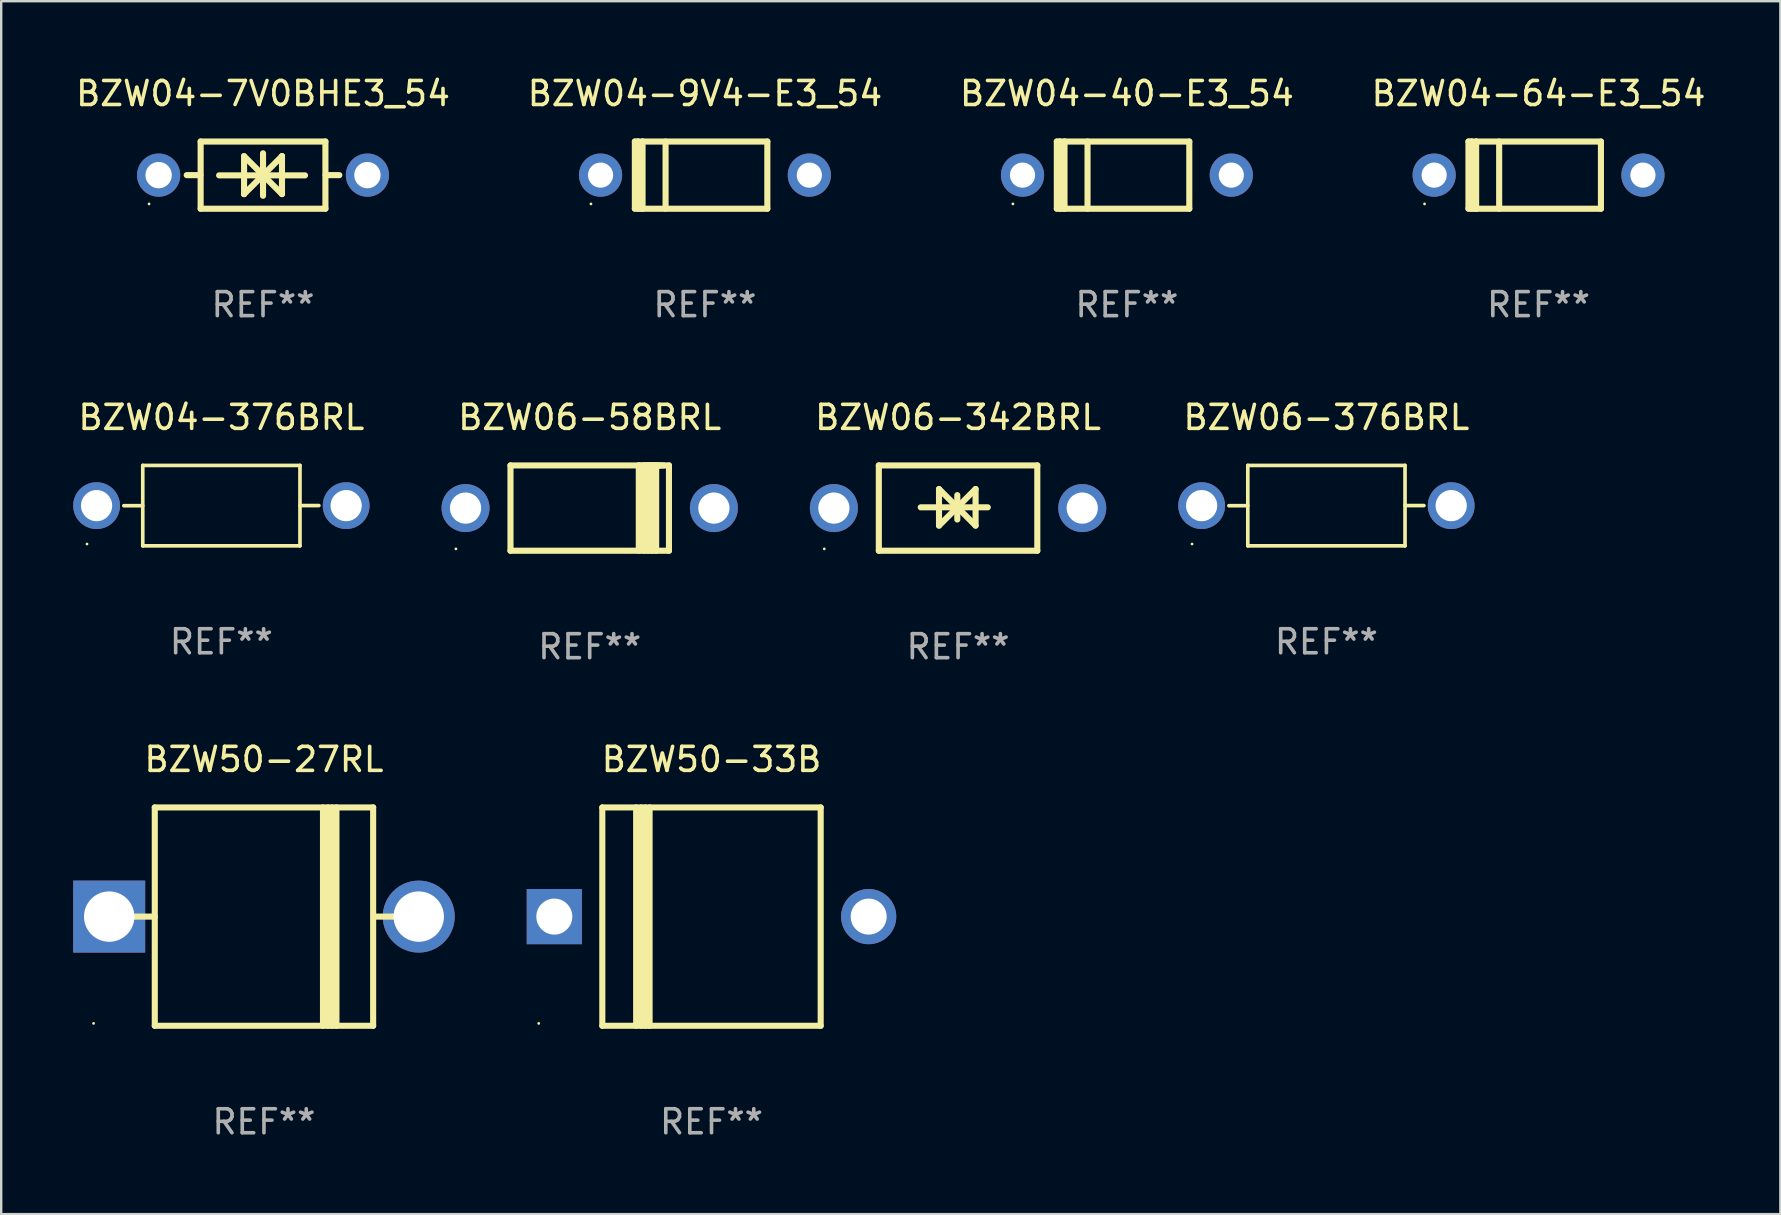
<source format=kicad_pcb>
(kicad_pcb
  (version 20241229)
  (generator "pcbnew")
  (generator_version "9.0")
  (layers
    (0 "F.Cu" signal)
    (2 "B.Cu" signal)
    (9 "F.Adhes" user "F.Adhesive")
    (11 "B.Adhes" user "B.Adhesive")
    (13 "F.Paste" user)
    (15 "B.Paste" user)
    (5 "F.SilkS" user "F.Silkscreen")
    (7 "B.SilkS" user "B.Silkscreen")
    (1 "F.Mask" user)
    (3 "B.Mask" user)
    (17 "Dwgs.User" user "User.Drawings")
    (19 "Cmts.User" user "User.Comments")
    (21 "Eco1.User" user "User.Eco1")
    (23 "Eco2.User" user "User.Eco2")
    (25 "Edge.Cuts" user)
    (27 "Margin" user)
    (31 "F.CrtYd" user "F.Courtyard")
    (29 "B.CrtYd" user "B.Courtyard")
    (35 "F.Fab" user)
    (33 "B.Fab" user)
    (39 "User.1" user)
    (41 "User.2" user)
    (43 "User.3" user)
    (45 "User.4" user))
  (footprint "BZW06-58BRL"
    (layer "F.Cu")
    (at 21.525 18.123)
    (property "Reference" "BZW06-58BRL" (at 0 -3.778 0) (layer "F.SilkS") (effects (font (size 1 1) (thickness 0.15))))
    (attr through_hole)
    (fp_line (start -3.302 -1.778) (end -3.302 1.778) (stroke (width 0.254) (type solid)) (layer "F.SilkS"))
    (fp_line (start -3.302 1.778) (end 3.302 1.778) (stroke (width 0.254) (type solid)) (layer "F.SilkS"))
    (fp_line (start 2.045 -1.778) (end 2.045 1.778) (stroke (width 0.254) (type solid)) (layer "F.SilkS"))
    (fp_line (start 2.261 -1.778) (end 2.261 1.778) (stroke (width 0.254) (type solid)) (layer "F.SilkS"))
    (fp_line (start 2.421 -1.778) (end 2.045 -1.778) (stroke (width 0.254) (type solid)) (layer "F.SilkS"))
    (fp_line (start 2.439 -1.778) (end 2.439 1.778) (stroke (width 0.254) (type solid)) (layer "F.SilkS"))
    (fp_line (start 2.579 -1.778) (end 2.261 -1.778) (stroke (width 0.254) (type solid)) (layer "F.SilkS"))
    (fp_line (start 2.604 -1.778) (end 2.604 1.778) (stroke (width 0.254) (type solid)) (layer "F.SilkS"))
    (fp_line (start 2.757 -1.778) (end 2.439 -1.778) (stroke (width 0.254) (type solid)) (layer "F.SilkS"))
    (fp_line (start 2.769 -1.778) (end 2.769 1.778) (stroke (width 0.254) (type solid)) (layer "F.SilkS"))
    (fp_line (start 2.922 -1.778) (end 2.604 -1.778) (stroke (width 0.254) (type solid)) (layer "F.SilkS"))
    (fp_line (start 3.087 -1.778) (end 2.769 -1.778) (stroke (width 0.254) (type solid)) (layer "F.SilkS"))
    (fp_line (start 3.302 -1.778) (end -3.302 -1.778) (stroke (width 0.254) (type solid)) (layer "F.SilkS"))
    (fp_line (start 3.302 1.778) (end 3.302 -1.778) (stroke (width 0.254) (type solid)) (layer "F.SilkS"))
    (fp_circle (center -5.576 1.7) (end -5.546 1.7) (stroke (width 0.06) (type solid)) (fill no) (layer "F.SilkS"))
    (fp_text user "REF**" (at 0 5.778 0) (layer "F.Fab") (effects (font (size 1 1) (thickness 0.15))))
    (pad "1" thru_hole circle (at -5.175 0) (size 2 2) (drill 1.3) (layers "*.Cu" "*.Mask"))
    (pad "2" thru_hole circle (at 5.175 0) (size 2 2) (drill 1.3) (layers "*.Cu" "*.Mask")))
  (footprint "BZW04-40-E3_54"
    (layer "F.Cu")
    (at 43.911 4.248)
    (property "Reference" "BZW04-40-E3_54" (at 0 -3.4 0) (layer "F.SilkS") (effects (font (size 1 1) (thickness 0.15))))
    (attr through_hole)
    (fp_line (start -2.921 1.397) (end -2.921 -1.4) (stroke (width 0.254) (type solid)) (layer "F.SilkS"))
    (fp_line (start -2.794 -1.4) (end -2.921 -1.4) (stroke (width 0.254) (type solid)) (layer "F.SilkS"))
    (fp_line (start -2.794 -1.4) (end -2.794 1.397) (stroke (width 0.254) (type solid)) (layer "F.SilkS"))
    (fp_line (start -2.794 1.397) (end -2.6 1.397) (stroke (width 0.254) (type solid)) (layer "F.SilkS"))
    (fp_line (start -2.667 1.397) (end -2.921 1.397) (stroke (width 0.254) (type solid)) (layer "F.SilkS"))
    (fp_line (start -2.6 -1.4) (end -2.794 -1.4) (stroke (width 0.254) (type solid)) (layer "F.SilkS"))
    (fp_line (start -2.6 -1.4) (end -2.6 1.4) (stroke (width 0.254) (type solid)) (layer "F.SilkS"))
    (fp_line (start -2.6 -1.4) (end 2.6 -1.4) (stroke (width 0.254) (type solid)) (layer "F.SilkS"))
    (fp_line (start -2.6 1.4) (end 2.6 1.4) (stroke (width 0.254) (type solid)) (layer "F.SilkS"))
    (fp_line (start -1.641 -1.4) (end -1.641 1.4) (stroke (width 0.254) (type solid)) (layer "F.SilkS"))
    (fp_line (start 2.6 -1.4) (end 2.6 1.4) (stroke (width 0.254) (type solid)) (layer "F.SilkS"))
    (fp_circle (center -4.75 1.2) (end -4.72 1.2) (stroke (width 0.06) (type solid)) (fill no) (layer "F.SilkS"))
    (fp_text user "REF**" (at 0 5.4 0) (layer "F.Fab") (effects (font (size 1 1) (thickness 0.15))))
    (pad "1" thru_hole circle (at -4.35 0) (size 1.8 1.8) (drill 1.05) (layers "*.Cu" "*.Mask"))
    (pad "2" thru_hole circle (at 4.35 0) (size 1.8 1.8) (drill 1.05) (layers "*.Cu" "*.Mask")))
  (footprint "BZW04-64-E3_54"
    (layer "F.Cu")
    (at 61.065 4.248)
    (property "Reference" "BZW04-64-E3_54" (at 0 -3.4 0) (layer "F.SilkS") (effects (font (size 1 1) (thickness 0.15))))
    (attr through_hole)
    (fp_line (start -2.921 1.397) (end -2.921 -1.4) (stroke (width 0.254) (type solid)) (layer "F.SilkS"))
    (fp_line (start -2.794 -1.4) (end -2.921 -1.4) (stroke (width 0.254) (type solid)) (layer "F.SilkS"))
    (fp_line (start -2.794 -1.4) (end -2.794 1.397) (stroke (width 0.254) (type solid)) (layer "F.SilkS"))
    (fp_line (start -2.794 1.397) (end -2.6 1.397) (stroke (width 0.254) (type solid)) (layer "F.SilkS"))
    (fp_line (start -2.667 1.397) (end -2.921 1.397) (stroke (width 0.254) (type solid)) (layer "F.SilkS"))
    (fp_line (start -2.6 -1.4) (end -2.794 -1.4) (stroke (width 0.254) (type solid)) (layer "F.SilkS"))
    (fp_line (start -2.6 -1.4) (end -2.6 1.4) (stroke (width 0.254) (type solid)) (layer "F.SilkS"))
    (fp_line (start -2.6 -1.4) (end 2.6 -1.4) (stroke (width 0.254) (type solid)) (layer "F.SilkS"))
    (fp_line (start -2.6 1.4) (end 2.6 1.4) (stroke (width 0.254) (type solid)) (layer "F.SilkS"))
    (fp_line (start -1.641 -1.4) (end -1.641 1.4) (stroke (width 0.254) (type solid)) (layer "F.SilkS"))
    (fp_line (start 2.6 -1.4) (end 2.6 1.4) (stroke (width 0.254) (type solid)) (layer "F.SilkS"))
    (fp_circle (center -4.75 1.2) (end -4.72 1.2) (stroke (width 0.06) (type solid)) (fill no) (layer "F.SilkS"))
    (fp_text user "REF**" (at 0 5.4 0) (layer "F.Fab") (effects (font (size 1 1) (thickness 0.15))))
    (pad "1" thru_hole circle (at -4.35 0) (size 1.8 1.8) (drill 1.05) (layers "*.Cu" "*.Mask"))
    (pad "2" thru_hole circle (at 4.35 0) (size 1.8 1.8) (drill 1.05) (layers "*.Cu" "*.Mask")))
  (footprint "BZW04-7V0BHE3_54"
    (layer "F.Cu")
    (at 7.911 4.248)
    (property "Reference" "BZW04-7V0BHE3_54" (at 0 -3.4 0) (layer "F.SilkS") (effects (font (size 1 1) (thickness 0.15))))
    (attr through_hole)
    (fp_line (start -2.61 0) (end -3.18 0) (stroke (width 0.254) (type solid)) (layer "F.SilkS"))
    (fp_line (start -2.6 1.4) (end -2.6 -1.4) (stroke (width 0.254) (type solid)) (layer "F.SilkS"))
    (fp_line (start -1.83 0.01) (end 1.75 0.01) (stroke (width 0.254) (type solid)) (layer "F.SilkS"))
    (fp_line (start -0.79 -0.79) (end -0.79 0.79) (stroke (width 0.254) (type solid)) (layer "F.SilkS"))
    (fp_line (start -0.79 0.79) (end -0.79 0.79) (stroke (width 0.254) (type solid)) (layer "F.SilkS"))
    (fp_line (start -0.79 0.79) (end 0.000025 0) (stroke (width 0.254) (type solid)) (layer "F.SilkS"))
    (fp_line (start 0 -0.91) (end 0 0.86) (stroke (width 0.254) (type solid)) (layer "F.SilkS"))
    (fp_line (start 0.000025 0) (end -0.79 -0.79) (stroke (width 0.254) (type solid)) (layer "F.SilkS"))
    (fp_line (start 0.000025 0) (end 0.79 0.79) (stroke (width 0.254) (type solid)) (layer "F.SilkS"))
    (fp_line (start 0.79 -0.79) (end 0.000025 0) (stroke (width 0.254) (type solid)) (layer "F.SilkS"))
    (fp_line (start 0.79 -0.79) (end 0.79 -0.79) (stroke (width 0.254) (type solid)) (layer "F.SilkS"))
    (fp_line (start 0.79 0.79) (end 0.79 -0.79) (stroke (width 0.254) (type solid)) (layer "F.SilkS"))
    (fp_line (start 2.6 -1.4) (end -2.6 -1.4) (stroke (width 0.254) (type solid)) (layer "F.SilkS"))
    (fp_line (start 2.6 1.4) (end -2.6 1.4) (stroke (width 0.254) (type solid)) (layer "F.SilkS"))
    (fp_line (start 2.6 1.4) (end 2.6 -1.4) (stroke (width 0.254) (type solid)) (layer "F.SilkS"))
    (fp_line (start 2.61 0) (end 3.18 0) (stroke (width 0.254) (type solid)) (layer "F.SilkS"))
    (fp_circle (center -4.75 1.2) (end -4.72 1.2) (stroke (width 0.06) (type solid)) (fill no) (layer "F.SilkS"))
    (fp_text user "REF**" (at 0 5.4 0) (layer "F.Fab") (effects (font (size 1 1) (thickness 0.15))))
    (pad "1" thru_hole circle (at -4.35 0) (size 1.8 1.8) (drill 1.1) (layers "*.Cu" "*.Mask"))
    (pad "2" thru_hole circle (at 4.35 0) (size 1.8 1.8) (drill 1.1) (layers "*.Cu" "*.Mask")))
  (footprint "BZW06-376BRL"
    (layer "F.Cu")
    (at 52.225 18.021)
    (property "Reference" "BZW06-376BRL" (at 0 -3.676 0) (layer "F.SilkS") (effects (font (size 1 1) (thickness 0.15))))
    (attr through_hole)
    (fp_line (start -3.276 -1.676) (end 3.276 -1.676) (stroke (width 0.152) (type solid)) (layer "F.SilkS"))
    (fp_line (start -3.276 0.003) (end -4.064 0.003) (stroke (width 0.152) (type solid)) (layer "F.SilkS"))
    (fp_line (start -3.276 1.676) (end -3.276 -1.676) (stroke (width 0.152) (type solid)) (layer "F.SilkS"))
    (fp_line (start 3.276 -1.676) (end 3.276 1.676) (stroke (width 0.152) (type solid)) (layer "F.SilkS"))
    (fp_line (start 3.276 -0.003) (end 4.064 -0.003) (stroke (width 0.152) (type solid)) (layer "F.SilkS"))
    (fp_line (start 3.276 1.676) (end -3.276 1.676) (stroke (width 0.152) (type solid)) (layer "F.SilkS"))
    (fp_circle (center -5.6 1.6) (end -5.57 1.6) (stroke (width 0.06) (type solid)) (fill no) (layer "F.SilkS"))
    (fp_text user "REF**" (at 0 5.676 0) (layer "F.Fab") (effects (font (size 1 1) (thickness 0.15))))
    (pad "1" thru_hole circle (at -5.2 0) (size 1.95 1.95) (drill 1.3) (layers "*.Cu" "*.Mask"))
    (pad "2" thru_hole circle (at 5.2 0) (size 1.95 1.95) (drill 1.3) (layers "*.Cu" "*.Mask")))
  (footprint "BZW04-376BRL"
    (layer "F.Cu")
    (at 6.175 18.021)
    (property "Reference" "BZW04-376BRL" (at 0 -3.676 0) (layer "F.SilkS") (effects (font (size 1 1) (thickness 0.15))))
    (attr through_hole)
    (fp_line (start -3.276 -1.676) (end 3.276 -1.676) (stroke (width 0.152) (type solid)) (layer "F.SilkS"))
    (fp_line (start -3.276 0.003) (end -4.064 0.003) (stroke (width 0.152) (type solid)) (layer "F.SilkS"))
    (fp_line (start -3.276 1.676) (end -3.276 -1.676) (stroke (width 0.152) (type solid)) (layer "F.SilkS"))
    (fp_line (start 3.276 -1.676) (end 3.276 1.676) (stroke (width 0.152) (type solid)) (layer "F.SilkS"))
    (fp_line (start 3.276 -0.003) (end 4.064 -0.003) (stroke (width 0.152) (type solid)) (layer "F.SilkS"))
    (fp_line (start 3.276 1.676) (end -3.276 1.676) (stroke (width 0.152) (type solid)) (layer "F.SilkS"))
    (fp_circle (center -5.6 1.6) (end -5.57 1.6) (stroke (width 0.06) (type solid)) (fill no) (layer "F.SilkS"))
    (fp_text user "REF**" (at 0 5.676 0) (layer "F.Fab") (effects (font (size 1 1) (thickness 0.15))))
    (pad "1" thru_hole circle (at -5.2 0) (size 1.95 1.95) (drill 1.3) (layers "*.Cu" "*.Mask"))
    (pad "2" thru_hole circle (at 5.2 0) (size 1.95 1.95) (drill 1.3) (layers "*.Cu" "*.Mask")))
  (footprint "BZW50-27RL"
    (layer "F.Cu")
    (at 7.95 35.148)
    (property "Reference" "BZW50-27RL" (at 0 -6.551 0) (layer "F.SilkS") (effects (font (size 1 1) (thickness 0.15))))
    (attr through_hole)
    (fp_line (start -5.6 -0.001) (end -4.55 -0.001) (stroke (width 0.254) (type solid)) (layer "F.SilkS"))
    (fp_line (start -4.55 -4.551) (end -4.55 4.55) (stroke (width 0.254) (type solid)) (layer "F.SilkS"))
    (fp_line (start -4.55 -4.551) (end 4.55 -4.551) (stroke (width 0.254) (type solid)) (layer "F.SilkS"))
    (fp_line (start 2.46 4.55) (end 2.46 -4.551) (stroke (width 0.254) (type solid)) (layer "F.SilkS"))
    (fp_line (start 2.67 4.55) (end 2.67 -4.551) (stroke (width 0.254) (type solid)) (layer "F.SilkS"))
    (fp_line (start 2.841 4.551) (end 2.841 -4.55) (stroke (width 0.254) (type solid)) (layer "F.SilkS"))
    (fp_line (start 3.02 4.55) (end 3.02 -4.551) (stroke (width 0.254) (type solid)) (layer "F.SilkS"))
    (fp_line (start 4.55 4.55) (end 4.55 -4.551) (stroke (width 0.254) (type solid)) (layer "F.SilkS"))
    (fp_line (start 4.55 4.549) (end -4.55 4.549) (stroke (width 0.254) (type solid)) (layer "F.SilkS"))
    (fp_line (start 4.58 -0.001) (end 5.6 -0.001) (stroke (width 0.254) (type solid)) (layer "F.SilkS"))
    (fp_circle (center -7.1 4.449) (end -7.07 4.449) (stroke (width 0.06) (type solid)) (fill no) (layer "F.SilkS"))
    (fp_text user "REF**" (at 0 8.551 0) (layer "F.Fab") (effects (font (size 1 1) (thickness 0.15))))
    (pad "1" thru_hole rect (at -6.45 -0.001 180) (size 3 3) (drill 2.1) (layers "*.Cu" "*.Mask"))
    (pad "2" thru_hole circle (at 6.45 -0.001) (size 3 3) (drill 2.1) (layers "*.Cu" "*.Mask")))
  (footprint "BZW50-33B"
    (layer "F.Cu")
    (at 26.6 35.148)
    (property "Reference" "BZW50-33B" (at 0 -6.551 0) (layer "F.SilkS") (effects (font (size 1 1) (thickness 0.15))))
    (attr through_hole)
    (fp_line (start -4.55 -4.55) (end -4.55 4.55) (stroke (width 0.254) (type solid)) (layer "F.SilkS"))
    (fp_line (start -4.55 -4.55) (end 4.55 -4.55) (stroke (width 0.254) (type solid)) (layer "F.SilkS"))
    (fp_line (start -3.14 4.55) (end -3.14 -4.551) (stroke (width 0.254) (type solid)) (layer "F.SilkS"))
    (fp_line (start -2.93 4.55) (end -2.93 -4.551) (stroke (width 0.254) (type solid)) (layer "F.SilkS"))
    (fp_line (start -2.759 4.551) (end -2.759 -4.55) (stroke (width 0.254) (type solid)) (layer "F.SilkS"))
    (fp_line (start -2.58 4.55) (end -2.58 -4.551) (stroke (width 0.254) (type solid)) (layer "F.SilkS"))
    (fp_line (start 4.55 4.55) (end 4.55 -4.55) (stroke (width 0.254) (type solid)) (layer "F.SilkS"))
    (fp_line (start 4.55 4.549) (end -4.55 4.549) (stroke (width 0.254) (type solid)) (layer "F.SilkS"))
    (fp_circle (center -7.2 4.45) (end -7.17 4.45) (stroke (width 0.06) (type solid)) (fill no) (layer "F.SilkS"))
    (fp_text user "REF**" (at 0 8.551 0) (layer "F.Fab") (effects (font (size 1 1) (thickness 0.15))))
    (pad "1" thru_hole rect (at -6.55 -0.000483 180) (size 2.3 2.3) (drill 1.5) (layers "*.Cu" "*.Mask"))
    (pad "2" thru_hole circle (at 6.55 -0.000483) (size 2.3 2.3) (drill 1.5) (layers "*.Cu" "*.Mask")))
  (footprint "BZW06-342BRL"
    (layer "F.Cu")
    (at 36.875 18.123)
    (property "Reference" "BZW06-342BRL" (at 0 -3.778 0) (layer "F.SilkS") (effects (font (size 1 1) (thickness 0.15))))
    (attr through_hole)
    (fp_line (start -3.302 -1.778) (end -3.302 1.778) (stroke (width 0.254) (type solid)) (layer "F.SilkS"))
    (fp_line (start -3.302 1.778) (end 3.302 1.778) (stroke (width 0.254) (type solid)) (layer "F.SilkS"))
    (fp_line (start -1.556 -0.032) (end 1.238 -0.032) (stroke (width 0.254) (type solid)) (layer "F.SilkS"))
    (fp_line (start -0.794 -0.794) (end 0.73 0.73) (stroke (width 0.254) (type solid)) (layer "F.SilkS"))
    (fp_line (start -0.794 0.73) (end -0.794 -0.794) (stroke (width 0.254) (type solid)) (layer "F.SilkS"))
    (fp_line (start -0.032 -0.54) (end -0.032 0.476) (stroke (width 0.254) (type solid)) (layer "F.SilkS"))
    (fp_line (start 0.73 -0.794) (end -0.794 0.73) (stroke (width 0.254) (type solid)) (layer "F.SilkS"))
    (fp_line (start 0.73 0.73) (end 0.73 -0.794) (stroke (width 0.254) (type solid)) (layer "F.SilkS"))
    (fp_line (start 3.302 -1.778) (end -3.302 -1.778) (stroke (width 0.254) (type solid)) (layer "F.SilkS"))
    (fp_line (start 3.302 1.778) (end 3.302 -1.778) (stroke (width 0.254) (type solid)) (layer "F.SilkS"))
    (fp_circle (center -5.576 1.7) (end -5.546 1.7) (stroke (width 0.06) (type solid)) (fill no) (layer "F.SilkS"))
    (fp_text user "REF**" (at 0 5.778 0) (layer "F.Fab") (effects (font (size 1 1) (thickness 0.15))))
    (pad "1" thru_hole circle (at -5.175 0) (size 2 2) (drill 1.3) (layers "*.Cu" "*.Mask"))
    (pad "2" thru_hole circle (at 5.175 0) (size 2 2) (drill 1.3) (layers "*.Cu" "*.Mask")))
  (footprint "BZW04-9V4-E3_54"
    (layer "F.Cu")
    (at 26.327 4.248)
    (property "Reference" "BZW04-9V4-E3_54" (at 0 -3.4 0) (layer "F.SilkS") (effects (font (size 1 1) (thickness 0.15))))
    (attr through_hole)
    (fp_line (start -2.921 1.397) (end -2.921 -1.4) (stroke (width 0.254) (type solid)) (layer "F.SilkS"))
    (fp_line (start -2.794 -1.4) (end -2.921 -1.4) (stroke (width 0.254) (type solid)) (layer "F.SilkS"))
    (fp_line (start -2.794 -1.4) (end -2.794 1.397) (stroke (width 0.254) (type solid)) (layer "F.SilkS"))
    (fp_line (start -2.794 1.397) (end -2.6 1.397) (stroke (width 0.254) (type solid)) (layer "F.SilkS"))
    (fp_line (start -2.667 1.397) (end -2.921 1.397) (stroke (width 0.254) (type solid)) (layer "F.SilkS"))
    (fp_line (start -2.6 -1.4) (end -2.794 -1.4) (stroke (width 0.254) (type solid)) (layer "F.SilkS"))
    (fp_line (start -2.6 -1.4) (end -2.6 1.4) (stroke (width 0.254) (type solid)) (layer "F.SilkS"))
    (fp_line (start -2.6 -1.4) (end 2.6 -1.4) (stroke (width 0.254) (type solid)) (layer "F.SilkS"))
    (fp_line (start -2.6 1.4) (end 2.6 1.4) (stroke (width 0.254) (type solid)) (layer "F.SilkS"))
    (fp_line (start -1.641 -1.4) (end -1.641 1.4) (stroke (width 0.254) (type solid)) (layer "F.SilkS"))
    (fp_line (start 2.6 -1.4) (end 2.6 1.4) (stroke (width 0.254) (type solid)) (layer "F.SilkS"))
    (fp_circle (center -4.75 1.2) (end -4.72 1.2) (stroke (width 0.06) (type solid)) (fill no) (layer "F.SilkS"))
    (fp_text user "REF**" (at 0 5.4 0) (layer "F.Fab") (effects (font (size 1 1) (thickness 0.15))))
    (pad "1" thru_hole circle (at -4.35 0) (size 1.8 1.8) (drill 1.05) (layers "*.Cu" "*.Mask"))
    (pad "2" thru_hole circle (at 4.35 0) (size 1.8 1.8) (drill 1.05) (layers "*.Cu" "*.Mask")))
  (gr_rect
    (start -3 -3)
    (end 71.143 47.547)
    (stroke (width 0.1) (type default))
    (fill no)
    (layer "Edge.Cuts")))
</source>
